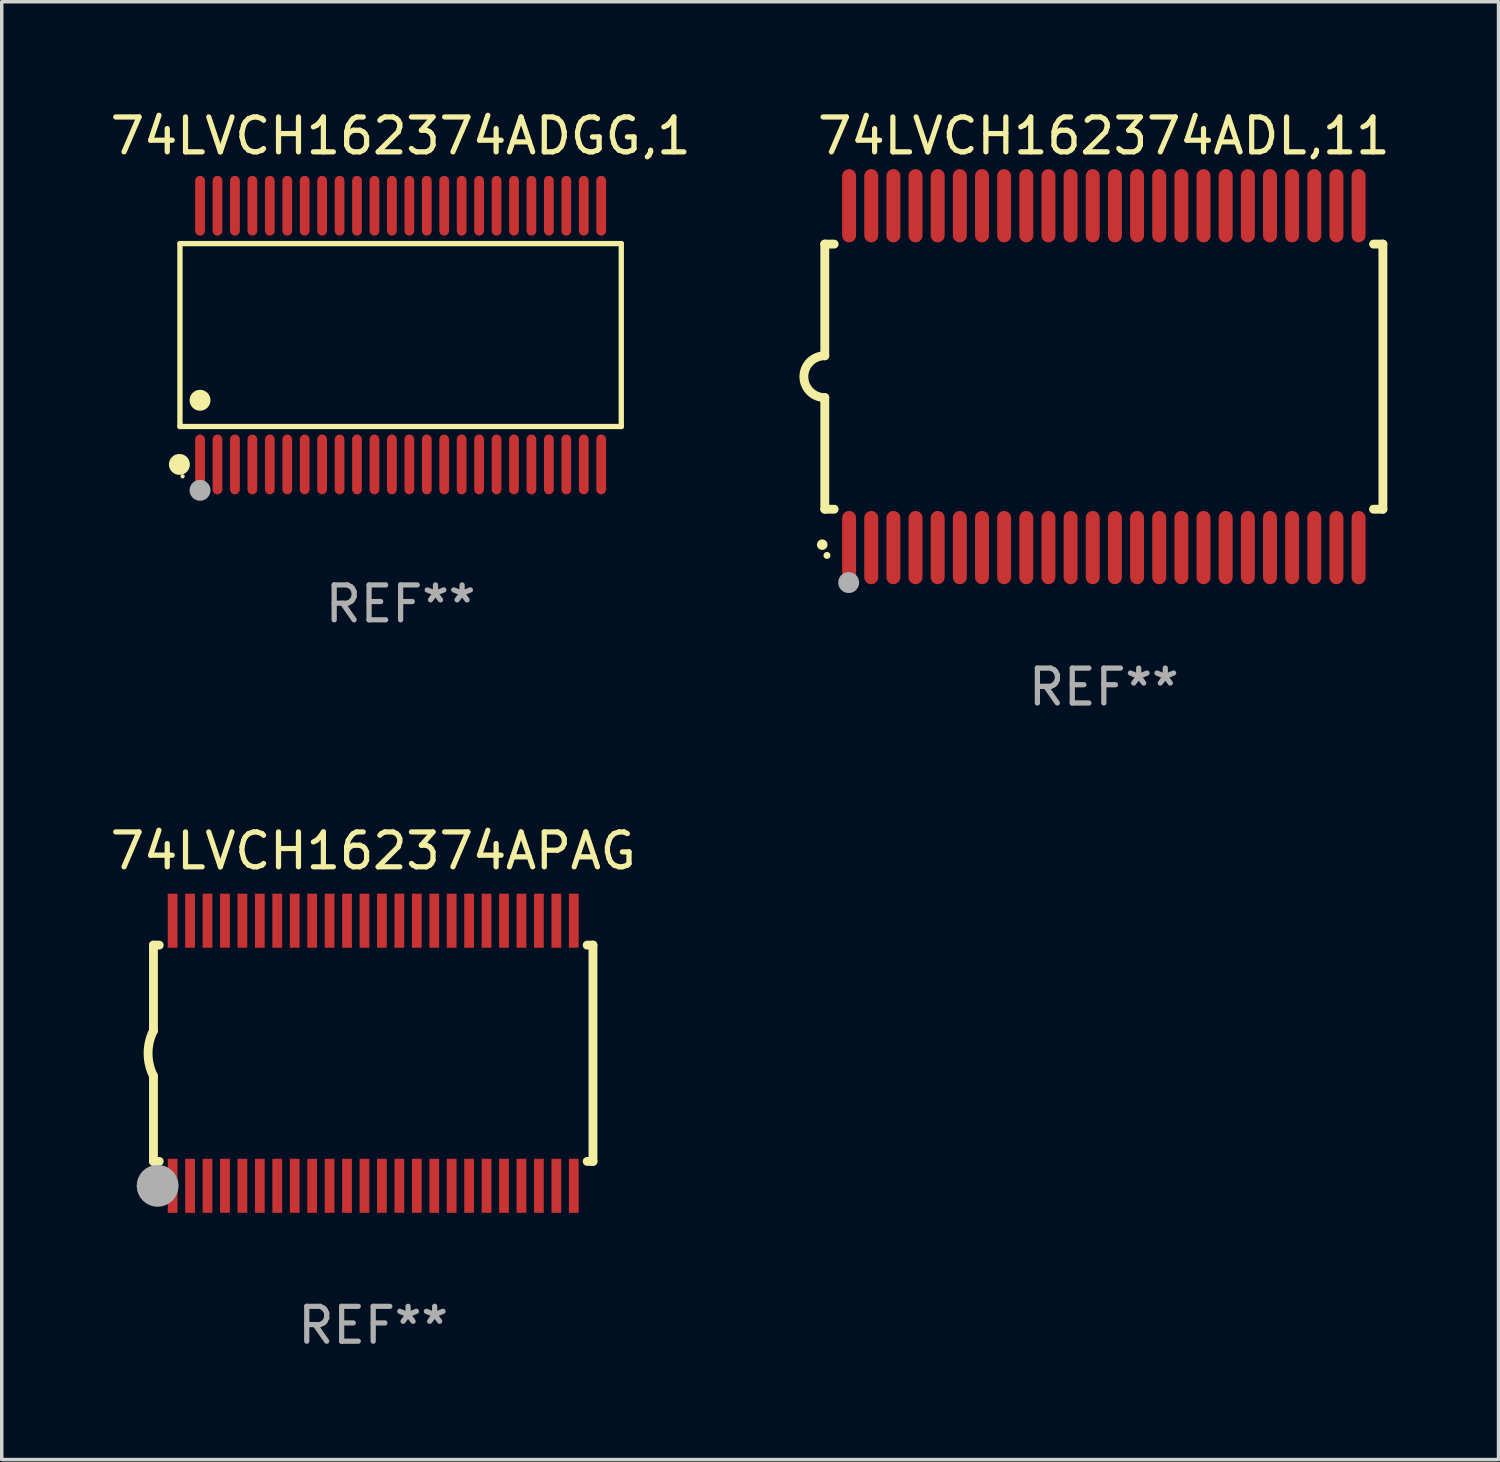
<source format=kicad_pcb>
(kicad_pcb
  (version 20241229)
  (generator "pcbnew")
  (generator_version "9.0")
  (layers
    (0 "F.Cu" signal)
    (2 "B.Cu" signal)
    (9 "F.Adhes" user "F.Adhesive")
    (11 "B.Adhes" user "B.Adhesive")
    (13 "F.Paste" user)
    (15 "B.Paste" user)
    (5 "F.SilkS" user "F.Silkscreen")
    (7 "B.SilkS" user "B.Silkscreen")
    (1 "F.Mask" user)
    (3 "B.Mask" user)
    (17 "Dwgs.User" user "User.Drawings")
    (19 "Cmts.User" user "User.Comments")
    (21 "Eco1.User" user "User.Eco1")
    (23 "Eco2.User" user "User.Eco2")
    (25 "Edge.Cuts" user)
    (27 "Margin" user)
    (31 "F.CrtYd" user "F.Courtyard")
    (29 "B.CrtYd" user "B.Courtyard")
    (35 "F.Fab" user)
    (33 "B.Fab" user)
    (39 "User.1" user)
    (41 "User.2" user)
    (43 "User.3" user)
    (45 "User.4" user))
  (footprint "74LVCH162374APAG"
    (layer "F.Cu")
    (at 7.649 27.145)
    (property "Reference" "74LVCH162374APAG" (at 0 -5.8 0) (layer "F.SilkS") (effects (font (size 1 1) (thickness 0.15))))
    (attr through_hole)
    (fp_line (start -6.3 -3.1) (end -6.3 -0.65) (stroke (width 0.254) (type solid)) (layer "F.SilkS"))
    (fp_line (start -6.3 -3.1) (end -6.134 -3.1) (stroke (width 0.254) (type solid)) (layer "F.SilkS"))
    (fp_line (start -6.3 3.1) (end -6.3 0.65) (stroke (width 0.254) (type solid)) (layer "F.SilkS"))
    (fp_line (start -6.3 3.1) (end -6.134 3.1) (stroke (width 0.254) (type solid)) (layer "F.SilkS"))
    (fp_line (start 6.134 -3.1) (end 6.3 -3.1) (stroke (width 0.254) (type solid)) (layer "F.SilkS"))
    (fp_line (start 6.134 3.1) (end 6.3 3.1) (stroke (width 0.254) (type solid)) (layer "F.SilkS"))
    (fp_line (start 6.3 -3.1) (end 6.3 3.1) (stroke (width 0.254) (type solid)) (layer "F.SilkS"))
    (fp_arc (start -6.301016 0.650114) (mid -6.45413 -0.000082) (end -6.3 -0.650038) (stroke (width 0.254001) (type solid)) (layer "F.SilkS"))
    (fp_circle (center -6.35 3.81) (end -6.223 3.81) (stroke (width 0.254) (type solid)) (fill no) (layer "F.SilkS"))
    (fp_circle (center -6.25 4.05) (end -6.22 4.05) (stroke (width 0.06) (type solid)) (fill no) (layer "F.SilkS"))
    (fp_circle (center -6.18 3.8) (end -5.88 3.8) (stroke (width 0.6) (type solid)) (fill no) (layer "F.Fab"))
    (fp_text user "REF**" (at 0 7.8 0) (layer "F.Fab") (effects (font (size 1 1) (thickness 0.15))))
    (pad "1" smd rect (at -5.75 3.8) (size 0.28 1.55) (layers "F.Cu" "F.Mask" "F.Paste"))
    (pad "2" smd rect (at -5.25 3.8) (size 0.28 1.55) (layers "F.Cu" "F.Mask" "F.Paste"))
    (pad "3" smd rect (at -4.75 3.8) (size 0.28 1.55) (layers "F.Cu" "F.Mask" "F.Paste"))
    (pad "4" smd rect (at -4.25 3.8) (size 0.28 1.55) (layers "F.Cu" "F.Mask" "F.Paste"))
    (pad "5" smd rect (at -3.75 3.8) (size 0.28 1.55) (layers "F.Cu" "F.Mask" "F.Paste"))
    (pad "6" smd rect (at -3.25 3.8) (size 0.28 1.55) (layers "F.Cu" "F.Mask" "F.Paste"))
    (pad "7" smd rect (at -2.75 3.8) (size 0.28 1.55) (layers "F.Cu" "F.Mask" "F.Paste"))
    (pad "8" smd rect (at -2.25 3.8) (size 0.28 1.55) (layers "F.Cu" "F.Mask" "F.Paste"))
    (pad "9" smd rect (at -1.75 3.8) (size 0.28 1.55) (layers "F.Cu" "F.Mask" "F.Paste"))
    (pad "10" smd rect (at -1.25 3.8) (size 0.28 1.55) (layers "F.Cu" "F.Mask" "F.Paste"))
    (pad "11" smd rect (at -0.75 3.8) (size 0.28 1.55) (layers "F.Cu" "F.Mask" "F.Paste"))
    (pad "12" smd rect (at -0.25 3.8) (size 0.28 1.55) (layers "F.Cu" "F.Mask" "F.Paste"))
    (pad "13" smd rect (at 0.25 3.8) (size 0.28 1.55) (layers "F.Cu" "F.Mask" "F.Paste"))
    (pad "14" smd rect (at 0.75 3.8) (size 0.28 1.55) (layers "F.Cu" "F.Mask" "F.Paste"))
    (pad "15" smd rect (at 1.25 3.8) (size 0.28 1.55) (layers "F.Cu" "F.Mask" "F.Paste"))
    (pad "16" smd rect (at 1.75 3.8) (size 0.28 1.55) (layers "F.Cu" "F.Mask" "F.Paste"))
    (pad "17" smd rect (at 2.25 3.8) (size 0.28 1.55) (layers "F.Cu" "F.Mask" "F.Paste"))
    (pad "18" smd rect (at 2.75 3.8) (size 0.28 1.55) (layers "F.Cu" "F.Mask" "F.Paste"))
    (pad "19" smd rect (at 3.25 3.8) (size 0.28 1.55) (layers "F.Cu" "F.Mask" "F.Paste"))
    (pad "20" smd rect (at 3.75 3.8) (size 0.28 1.55) (layers "F.Cu" "F.Mask" "F.Paste"))
    (pad "21" smd rect (at 4.25 3.8) (size 0.28 1.55) (layers "F.Cu" "F.Mask" "F.Paste"))
    (pad "22" smd rect (at 4.75 3.8) (size 0.28 1.55) (layers "F.Cu" "F.Mask" "F.Paste"))
    (pad "23" smd rect (at 5.25 3.8) (size 0.28 1.55) (layers "F.Cu" "F.Mask" "F.Paste"))
    (pad "24" smd rect (at 5.75 3.8) (size 0.28 1.55) (layers "F.Cu" "F.Mask" "F.Paste"))
    (pad "25" smd rect (at 5.75 -3.8) (size 0.28 1.55) (layers "F.Cu" "F.Mask" "F.Paste"))
    (pad "26" smd rect (at 5.25 -3.8) (size 0.28 1.55) (layers "F.Cu" "F.Mask" "F.Paste"))
    (pad "27" smd rect (at 4.75 -3.8) (size 0.28 1.55) (layers "F.Cu" "F.Mask" "F.Paste"))
    (pad "28" smd rect (at 4.25 -3.8) (size 0.28 1.55) (layers "F.Cu" "F.Mask" "F.Paste"))
    (pad "29" smd rect (at 3.75 -3.8) (size 0.28 1.55) (layers "F.Cu" "F.Mask" "F.Paste"))
    (pad "30" smd rect (at 3.25 -3.8) (size 0.28 1.55) (layers "F.Cu" "F.Mask" "F.Paste"))
    (pad "31" smd rect (at 2.75 -3.8) (size 0.28 1.55) (layers "F.Cu" "F.Mask" "F.Paste"))
    (pad "32" smd rect (at 2.25 -3.8) (size 0.28 1.55) (layers "F.Cu" "F.Mask" "F.Paste"))
    (pad "33" smd rect (at 1.75 -3.8) (size 0.28 1.55) (layers "F.Cu" "F.Mask" "F.Paste"))
    (pad "34" smd rect (at 1.25 -3.8) (size 0.28 1.55) (layers "F.Cu" "F.Mask" "F.Paste"))
    (pad "35" smd rect (at 0.75 -3.8) (size 0.28 1.55) (layers "F.Cu" "F.Mask" "F.Paste"))
    (pad "36" smd rect (at 0.25 -3.8) (size 0.28 1.55) (layers "F.Cu" "F.Mask" "F.Paste"))
    (pad "37" smd rect (at -0.25 -3.8) (size 0.28 1.55) (layers "F.Cu" "F.Mask" "F.Paste"))
    (pad "38" smd rect (at -0.75 -3.8) (size 0.28 1.55) (layers "F.Cu" "F.Mask" "F.Paste"))
    (pad "39" smd rect (at -1.25 -3.8) (size 0.28 1.55) (layers "F.Cu" "F.Mask" "F.Paste"))
    (pad "40" smd rect (at -1.75 -3.8) (size 0.28 1.55) (layers "F.Cu" "F.Mask" "F.Paste"))
    (pad "41" smd rect (at -2.25 -3.8) (size 0.28 1.55) (layers "F.Cu" "F.Mask" "F.Paste"))
    (pad "42" smd rect (at -2.75 -3.8) (size 0.28 1.55) (layers "F.Cu" "F.Mask" "F.Paste"))
    (pad "43" smd rect (at -3.25 -3.8) (size 0.28 1.55) (layers "F.Cu" "F.Mask" "F.Paste"))
    (pad "44" smd rect (at -3.75 -3.8) (size 0.28 1.55) (layers "F.Cu" "F.Mask" "F.Paste"))
    (pad "45" smd rect (at -4.25 -3.8) (size 0.28 1.55) (layers "F.Cu" "F.Mask" "F.Paste"))
    (pad "46" smd rect (at -4.75 -3.8) (size 0.28 1.55) (layers "F.Cu" "F.Mask" "F.Paste"))
    (pad "47" smd rect (at -5.25 -3.8) (size 0.28 1.55) (layers "F.Cu" "F.Mask" "F.Paste"))
    (pad "48" smd rect (at -5.75 -3.8) (size 0.28 1.55) (layers "F.Cu" "F.Mask" "F.Paste")))
  (footprint "74LVCH162374ADGG,1"
    (layer "F.Cu")
    (at 8.435 6.556)
    (property "Reference" "74LVCH162374ADGG,1" (at 0 -5.708 0) (layer "F.SilkS") (effects (font (size 1 1) (thickness 0.15))))
    (attr through_hole)
    (fp_line (start -6.326 -2.622) (end 6.326 -2.622) (stroke (width 0.152) (type solid)) (layer "F.SilkS"))
    (fp_line (start -6.326 2.621) (end -6.326 -2.622) (stroke (width 0.152) (type solid)) (layer "F.SilkS"))
    (fp_line (start 6.326 -2.622) (end 6.326 2.621) (stroke (width 0.152) (type solid)) (layer "F.SilkS"))
    (fp_line (start 6.326 2.621) (end -6.326 2.621) (stroke (width 0.152) (type solid)) (layer "F.SilkS"))
    (fp_circle (center -6.342 3.708) (end -6.192 3.708) (stroke (width 0.3) (type solid)) (fill no) (layer "F.SilkS"))
    (fp_circle (center -6.25 4.05) (end -6.22 4.05) (stroke (width 0.06) (type solid)) (fill no) (layer "F.SilkS"))
    (fp_circle (center -5.75 1.869) (end -5.6 1.869) (stroke (width 0.3) (type solid)) (fill no) (layer "F.SilkS"))
    (fp_circle (center -5.75 4.45) (end -5.6 4.45) (stroke (width 0.3) (type solid)) (fill no) (layer "F.Fab"))
    (fp_text user "REF**" (at 0 7.708 0) (layer "F.Fab") (effects (font (size 1 1) (thickness 0.15))))
    (pad "1" smd oval (at -5.75 3.708) (size 0.28 1.715) (layers "F.Cu" "F.Mask" "F.Paste"))
    (pad "2" smd oval (at -5.25 3.708) (size 0.28 1.715) (layers "F.Cu" "F.Mask" "F.Paste"))
    (pad "3" smd oval (at -4.75 3.708) (size 0.28 1.715) (layers "F.Cu" "F.Mask" "F.Paste"))
    (pad "4" smd oval (at -4.25 3.708) (size 0.28 1.715) (layers "F.Cu" "F.Mask" "F.Paste"))
    (pad "5" smd oval (at -3.75 3.708) (size 0.28 1.715) (layers "F.Cu" "F.Mask" "F.Paste"))
    (pad "6" smd oval (at -3.25 3.708) (size 0.28 1.715) (layers "F.Cu" "F.Mask" "F.Paste"))
    (pad "7" smd oval (at -2.75 3.708) (size 0.28 1.715) (layers "F.Cu" "F.Mask" "F.Paste"))
    (pad "8" smd oval (at -2.25 3.708) (size 0.28 1.715) (layers "F.Cu" "F.Mask" "F.Paste"))
    (pad "9" smd oval (at -1.75 3.708) (size 0.28 1.715) (layers "F.Cu" "F.Mask" "F.Paste"))
    (pad "10" smd oval (at -1.25 3.708) (size 0.28 1.715) (layers "F.Cu" "F.Mask" "F.Paste"))
    (pad "11" smd oval (at -0.75 3.708) (size 0.28 1.715) (layers "F.Cu" "F.Mask" "F.Paste"))
    (pad "12" smd oval (at -0.25 3.708) (size 0.28 1.715) (layers "F.Cu" "F.Mask" "F.Paste"))
    (pad "13" smd oval (at 0.25 3.708) (size 0.28 1.715) (layers "F.Cu" "F.Mask" "F.Paste"))
    (pad "14" smd oval (at 0.75 3.708) (size 0.28 1.715) (layers "F.Cu" "F.Mask" "F.Paste"))
    (pad "15" smd oval (at 1.25 3.708) (size 0.28 1.715) (layers "F.Cu" "F.Mask" "F.Paste"))
    (pad "16" smd oval (at 1.75 3.708) (size 0.28 1.715) (layers "F.Cu" "F.Mask" "F.Paste"))
    (pad "17" smd oval (at 2.25 3.708) (size 0.28 1.715) (layers "F.Cu" "F.Mask" "F.Paste"))
    (pad "18" smd oval (at 2.75 3.708) (size 0.28 1.715) (layers "F.Cu" "F.Mask" "F.Paste"))
    (pad "19" smd oval (at 3.25 3.708) (size 0.28 1.715) (layers "F.Cu" "F.Mask" "F.Paste"))
    (pad "20" smd oval (at 3.75 3.708) (size 0.28 1.715) (layers "F.Cu" "F.Mask" "F.Paste"))
    (pad "21" smd oval (at 4.25 3.708) (size 0.28 1.715) (layers "F.Cu" "F.Mask" "F.Paste"))
    (pad "22" smd oval (at 4.75 3.708) (size 0.28 1.715) (layers "F.Cu" "F.Mask" "F.Paste"))
    (pad "23" smd oval (at 5.25 3.708) (size 0.28 1.715) (layers "F.Cu" "F.Mask" "F.Paste"))
    (pad "24" smd oval (at 5.75 3.708) (size 0.28 1.715) (layers "F.Cu" "F.Mask" "F.Paste"))
    (pad "25" smd oval (at 5.75 -3.708) (size 0.28 1.715) (layers "F.Cu" "F.Mask" "F.Paste"))
    (pad "26" smd oval (at 5.25 -3.708) (size 0.28 1.715) (layers "F.Cu" "F.Mask" "F.Paste"))
    (pad "27" smd oval (at 4.75 -3.708) (size 0.28 1.715) (layers "F.Cu" "F.Mask" "F.Paste"))
    (pad "28" smd oval (at 4.25 -3.708) (size 0.28 1.715) (layers "F.Cu" "F.Mask" "F.Paste"))
    (pad "29" smd oval (at 3.75 -3.708) (size 0.28 1.715) (layers "F.Cu" "F.Mask" "F.Paste"))
    (pad "30" smd oval (at 3.25 -3.708) (size 0.28 1.715) (layers "F.Cu" "F.Mask" "F.Paste"))
    (pad "31" smd oval (at 2.75 -3.708) (size 0.28 1.715) (layers "F.Cu" "F.Mask" "F.Paste"))
    (pad "32" smd oval (at 2.25 -3.708) (size 0.28 1.715) (layers "F.Cu" "F.Mask" "F.Paste"))
    (pad "33" smd oval (at 1.75 -3.708) (size 0.28 1.715) (layers "F.Cu" "F.Mask" "F.Paste"))
    (pad "34" smd oval (at 1.25 -3.708) (size 0.28 1.715) (layers "F.Cu" "F.Mask" "F.Paste"))
    (pad "35" smd oval (at 0.75 -3.708) (size 0.28 1.715) (layers "F.Cu" "F.Mask" "F.Paste"))
    (pad "36" smd oval (at 0.25 -3.708) (size 0.28 1.715) (layers "F.Cu" "F.Mask" "F.Paste"))
    (pad "37" smd oval (at -0.25 -3.708) (size 0.28 1.715) (layers "F.Cu" "F.Mask" "F.Paste"))
    (pad "38" smd oval (at -0.75 -3.708) (size 0.28 1.715) (layers "F.Cu" "F.Mask" "F.Paste"))
    (pad "39" smd oval (at -1.25 -3.708) (size 0.28 1.715) (layers "F.Cu" "F.Mask" "F.Paste"))
    (pad "40" smd oval (at -1.75 -3.708) (size 0.28 1.715) (layers "F.Cu" "F.Mask" "F.Paste"))
    (pad "41" smd oval (at -2.25 -3.708) (size 0.28 1.715) (layers "F.Cu" "F.Mask" "F.Paste"))
    (pad "42" smd oval (at -2.75 -3.708) (size 0.28 1.715) (layers "F.Cu" "F.Mask" "F.Paste"))
    (pad "43" smd oval (at -3.25 -3.708) (size 0.28 1.715) (layers "F.Cu" "F.Mask" "F.Paste"))
    (pad "44" smd oval (at -3.75 -3.708) (size 0.28 1.715) (layers "F.Cu" "F.Mask" "F.Paste"))
    (pad "45" smd oval (at -4.25 -3.708) (size 0.28 1.715) (layers "F.Cu" "F.Mask" "F.Paste"))
    (pad "46" smd oval (at -4.75 -3.708) (size 0.28 1.715) (layers "F.Cu" "F.Mask" "F.Paste"))
    (pad "47" smd oval (at -5.25 -3.708) (size 0.28 1.715) (layers "F.Cu" "F.Mask" "F.Paste"))
    (pad "48" smd oval (at -5.75 -3.708) (size 0.28 1.715) (layers "F.Cu" "F.Mask" "F.Paste")))
  (footprint "74LVCH162374ADL,11"
    (layer "F.Cu")
    (at 28.595 7.748)
    (property "Reference" "74LVCH162374ADL,11" (at 0 -6.9 0) (layer "F.SilkS") (effects (font (size 1 1) (thickness 0.15))))
    (attr through_hole)
    (fp_line (start -8 -3.8) (end -8 -0.599) (stroke (width 0.254) (type solid)) (layer "F.SilkS"))
    (fp_line (start -8 -3.8) (end -7.731 -3.8) (stroke (width 0.254) (type solid)) (layer "F.SilkS"))
    (fp_line (start -8 3.8) (end -8 0.599) (stroke (width 0.254) (type solid)) (layer "F.SilkS"))
    (fp_line (start -7.731 3.8) (end -8 3.8) (stroke (width 0.254) (type solid)) (layer "F.SilkS"))
    (fp_line (start 7.731 -3.8) (end 8 -3.8) (stroke (width 0.254) (type solid)) (layer "F.SilkS"))
    (fp_line (start 8 -3.8) (end 8 3.8) (stroke (width 0.254) (type solid)) (layer "F.SilkS"))
    (fp_line (start 8 3.8) (end 7.731 3.8) (stroke (width 0.254) (type solid)) (layer "F.SilkS"))
    (fp_arc (start -8.074676 4.81585) (mid -8.073406 4.815845) (end -8.072136 4.81585) (stroke (width 0.3) (type solid)) (layer "F.SilkS"))
    (fp_arc (start -8.000025 0.6) (mid -8.598908 0.00056) (end -8.000027 -0.598882) (stroke (width 0.254001) (type solid)) (layer "F.SilkS"))
    (fp_circle (center -7.937 5.125) (end -7.887 5.125) (stroke (width 0.1) (type solid)) (fill no) (layer "F.SilkS"))
    (fp_circle (center -7.315 5.903) (end -7.165 5.903) (stroke (width 0.3) (type solid)) (fill no) (layer "F.Fab"))
    (fp_text user "REF**" (at 0 8.9 0) (layer "F.Fab") (effects (font (size 1 1) (thickness 0.15))))
    (pad "1" smd oval (at -7.303 4.9) (size 0.4 2.1) (layers "F.Cu" "F.Mask" "F.Paste"))
    (pad "2" smd oval (at -6.668 4.9) (size 0.4 2.1) (layers "F.Cu" "F.Mask" "F.Paste"))
    (pad "3" smd oval (at -6.033 4.9) (size 0.4 2.1) (layers "F.Cu" "F.Mask" "F.Paste"))
    (pad "4" smd oval (at -5.398 4.9) (size 0.4 2.1) (layers "F.Cu" "F.Mask" "F.Paste"))
    (pad "5" smd oval (at -4.763 4.9) (size 0.4 2.1) (layers "F.Cu" "F.Mask" "F.Paste"))
    (pad "6" smd oval (at -4.128 4.9) (size 0.4 2.1) (layers "F.Cu" "F.Mask" "F.Paste"))
    (pad "7" smd oval (at -3.493 4.9) (size 0.4 2.1) (layers "F.Cu" "F.Mask" "F.Paste"))
    (pad "8" smd oval (at -2.858 4.9) (size 0.4 2.1) (layers "F.Cu" "F.Mask" "F.Paste"))
    (pad "9" smd oval (at -2.223 4.9) (size 0.4 2.1) (layers "F.Cu" "F.Mask" "F.Paste"))
    (pad "10" smd oval (at -1.588 4.9) (size 0.4 2.1) (layers "F.Cu" "F.Mask" "F.Paste"))
    (pad "11" smd oval (at -0.953 4.9) (size 0.4 2.1) (layers "F.Cu" "F.Mask" "F.Paste"))
    (pad "12" smd oval (at -0.318 4.9) (size 0.4 2.1) (layers "F.Cu" "F.Mask" "F.Paste"))
    (pad "13" smd oval (at 0.318 4.9) (size 0.4 2.1) (layers "F.Cu" "F.Mask" "F.Paste"))
    (pad "14" smd oval (at 0.953 4.9) (size 0.4 2.1) (layers "F.Cu" "F.Mask" "F.Paste"))
    (pad "15" smd oval (at 1.588 4.9) (size 0.4 2.1) (layers "F.Cu" "F.Mask" "F.Paste"))
    (pad "16" smd oval (at 2.223 4.9) (size 0.4 2.1) (layers "F.Cu" "F.Mask" "F.Paste"))
    (pad "17" smd oval (at 2.858 4.9) (size 0.4 2.1) (layers "F.Cu" "F.Mask" "F.Paste"))
    (pad "18" smd oval (at 3.493 4.9) (size 0.4 2.1) (layers "F.Cu" "F.Mask" "F.Paste"))
    (pad "19" smd oval (at 4.128 4.9) (size 0.4 2.1) (layers "F.Cu" "F.Mask" "F.Paste"))
    (pad "20" smd oval (at 4.763 4.9) (size 0.4 2.1) (layers "F.Cu" "F.Mask" "F.Paste"))
    (pad "21" smd oval (at 5.398 4.9) (size 0.4 2.1) (layers "F.Cu" "F.Mask" "F.Paste"))
    (pad "22" smd oval (at 6.033 4.9) (size 0.4 2.1) (layers "F.Cu" "F.Mask" "F.Paste"))
    (pad "23" smd oval (at 6.668 4.9) (size 0.4 2.1) (layers "F.Cu" "F.Mask" "F.Paste"))
    (pad "24" smd oval (at 7.303 4.9) (size 0.4 2.1) (layers "F.Cu" "F.Mask" "F.Paste"))
    (pad "25" smd oval (at 7.303 -4.9 180) (size 0.4 2.1) (layers "F.Cu" "F.Mask" "F.Paste"))
    (pad "26" smd oval (at 6.668 -4.9 180) (size 0.4 2.1) (layers "F.Cu" "F.Mask" "F.Paste"))
    (pad "27" smd oval (at 6.033 -4.9 180) (size 0.4 2.1) (layers "F.Cu" "F.Mask" "F.Paste"))
    (pad "28" smd oval (at 5.398 -4.9 180) (size 0.4 2.1) (layers "F.Cu" "F.Mask" "F.Paste"))
    (pad "29" smd oval (at 4.763 -4.9 180) (size 0.4 2.1) (layers "F.Cu" "F.Mask" "F.Paste"))
    (pad "30" smd oval (at 4.128 -4.9 180) (size 0.4 2.1) (layers "F.Cu" "F.Mask" "F.Paste"))
    (pad "31" smd oval (at 3.493 -4.9 180) (size 0.4 2.1) (layers "F.Cu" "F.Mask" "F.Paste"))
    (pad "32" smd oval (at 2.858 -4.9 180) (size 0.4 2.1) (layers "F.Cu" "F.Mask" "F.Paste"))
    (pad "33" smd oval (at 2.223 -4.9 180) (size 0.4 2.1) (layers "F.Cu" "F.Mask" "F.Paste"))
    (pad "34" smd oval (at 1.588 -4.9 180) (size 0.4 2.1) (layers "F.Cu" "F.Mask" "F.Paste"))
    (pad "35" smd oval (at 0.953 -4.9 180) (size 0.4 2.1) (layers "F.Cu" "F.Mask" "F.Paste"))
    (pad "36" smd oval (at 0.318 -4.9 180) (size 0.4 2.1) (layers "F.Cu" "F.Mask" "F.Paste"))
    (pad "37" smd oval (at -0.318 -4.9 180) (size 0.4 2.1) (layers "F.Cu" "F.Mask" "F.Paste"))
    (pad "38" smd oval (at -0.953 -4.9 180) (size 0.4 2.1) (layers "F.Cu" "F.Mask" "F.Paste"))
    (pad "39" smd oval (at -1.588 -4.9 180) (size 0.4 2.1) (layers "F.Cu" "F.Mask" "F.Paste"))
    (pad "40" smd oval (at -2.223 -4.9 180) (size 0.4 2.1) (layers "F.Cu" "F.Mask" "F.Paste"))
    (pad "41" smd oval (at -2.858 -4.9 180) (size 0.4 2.1) (layers "F.Cu" "F.Mask" "F.Paste"))
    (pad "42" smd oval (at -3.493 -4.9 180) (size 0.4 2.1) (layers "F.Cu" "F.Mask" "F.Paste"))
    (pad "43" smd oval (at -4.128 -4.9 180) (size 0.4 2.1) (layers "F.Cu" "F.Mask" "F.Paste"))
    (pad "44" smd oval (at -4.763 -4.9 180) (size 0.4 2.1) (layers "F.Cu" "F.Mask" "F.Paste"))
    (pad "45" smd oval (at -5.398 -4.9 180) (size 0.4 2.1) (layers "F.Cu" "F.Mask" "F.Paste"))
    (pad "46" smd oval (at -6.033 -4.9 180) (size 0.4 2.1) (layers "F.Cu" "F.Mask" "F.Paste"))
    (pad "47" smd oval (at -6.668 -4.9 180) (size 0.4 2.1) (layers "F.Cu" "F.Mask" "F.Paste"))
    (pad "48" smd oval (at -7.303 -4.9 180) (size 0.4 2.1) (layers "F.Cu" "F.Mask" "F.Paste")))
  (gr_rect
    (start -3 -3)
    (end 39.91 38.793)
    (stroke (width 0.1) (type default))
    (fill no)
    (layer "Edge.Cuts")))
</source>
